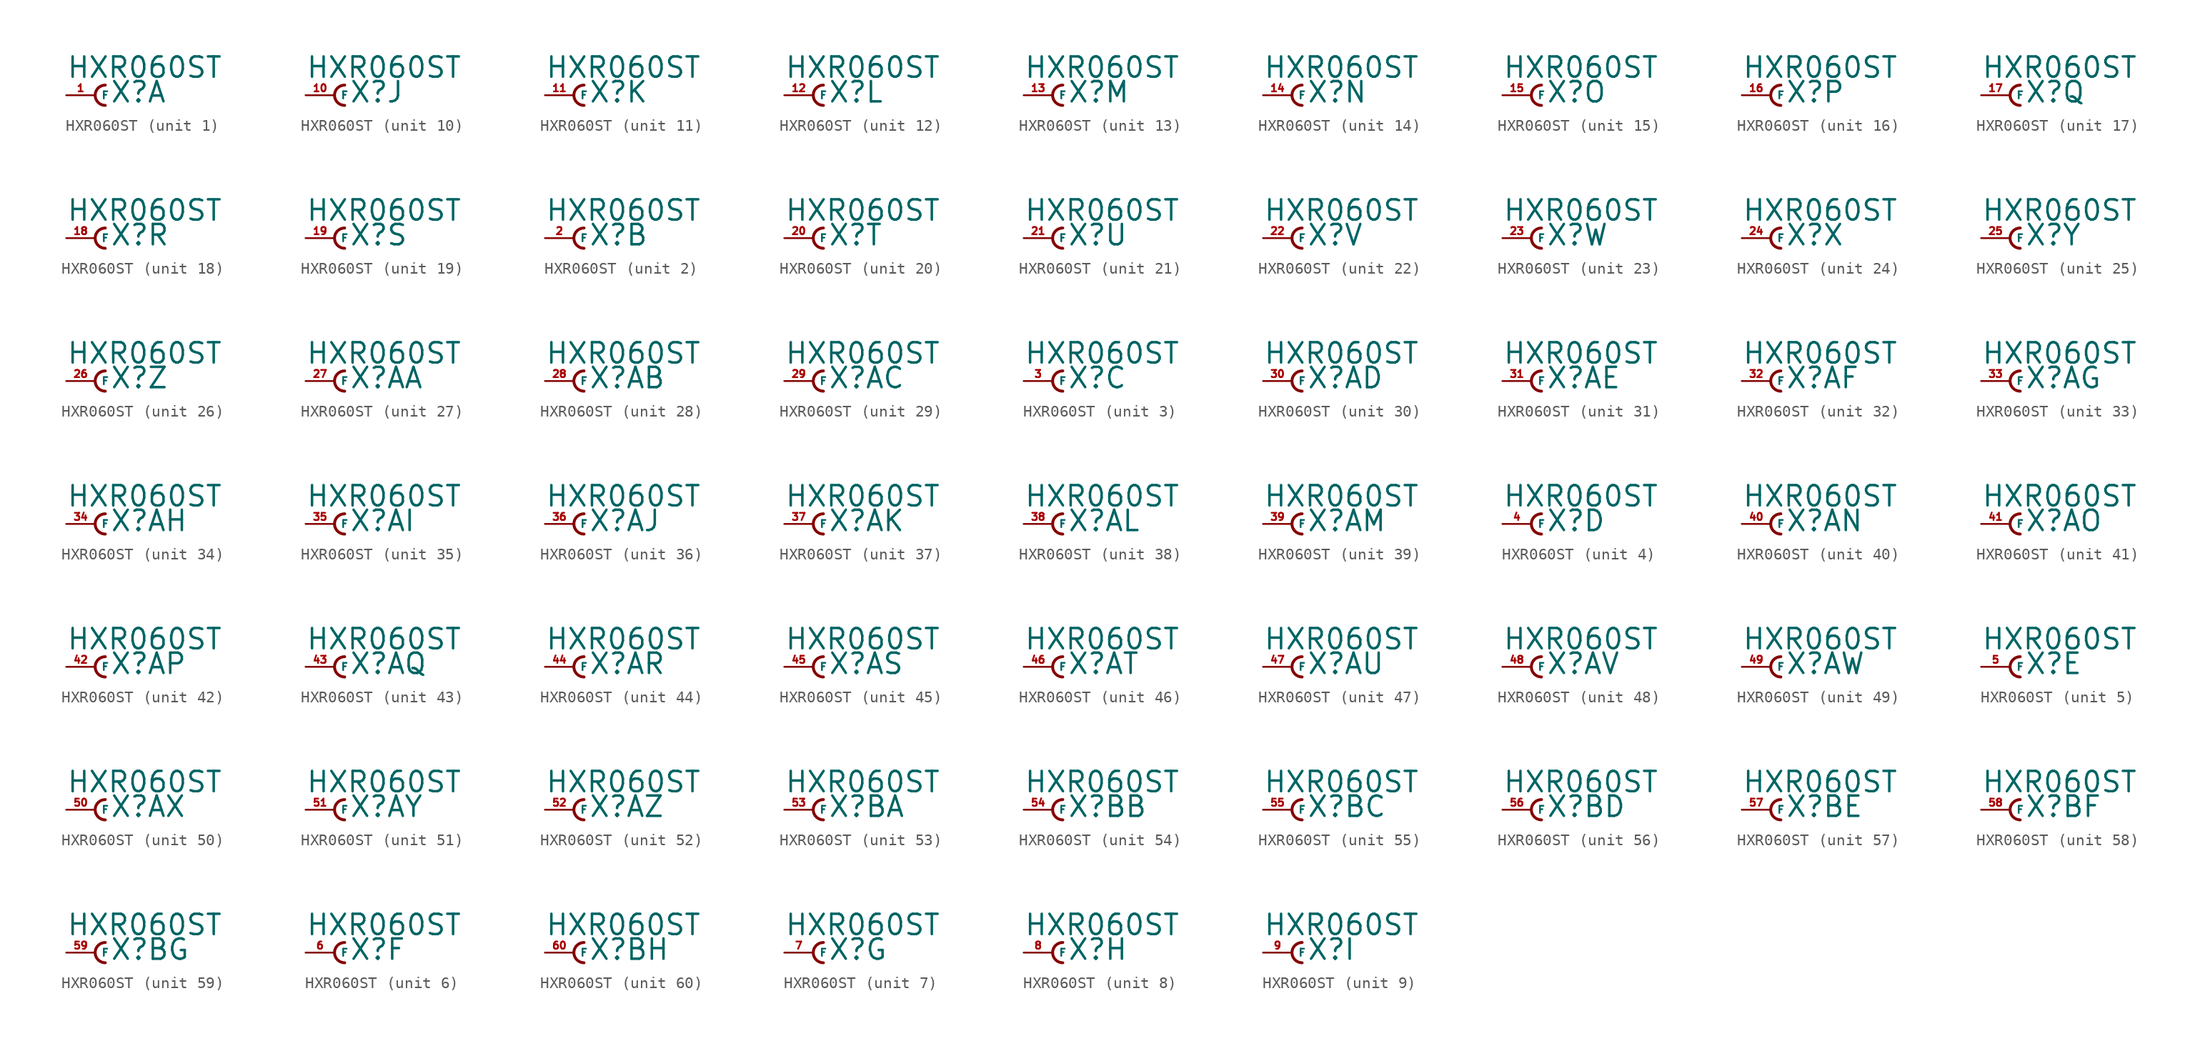
<source format=kicad_sym>
(kicad_symbol_lib
  (version 20220914)
  (generator Eagle2Kicad)
  (symbol "HXR060ST"
    (property "Reference" "X"
      (at 1.27 -0.762 0)
      (effects (font (size 1.778 1.778) (thickness 0.22)) (justify left bottom)))
    (property "Value" "HXR060ST"
      (at -2.54 1.397 0)
      (effects (font (size 1.778 1.778) (thickness 0.22)) (justify left bottom)))
    (symbol "HXR060ST_1_0"
      (arc (start 0.889 0.889) (mid 0.000 0.000) (end 0.889 -0.889) (stroke (width 0.254) (type default)) (fill (type none)))
      (pin passive line (at -2.54 0 0) (length 2.54) (name "F" (effects (font (size 0.635 0.635) (thickness 0.08)) (justify left bottom))) (number "1" (effects (font (size 0.635 0.635) (thickness 0.08)) (justify left bottom)))))
    (symbol "HXR060ST_2_0"
      (arc (start 0.889 0.889) (mid 0.000 0.000) (end 0.889 -0.889) (stroke (width 0.254) (type default)) (fill (type none)))
      (pin passive line (at -2.54 0 0) (length 2.54) (name "F" (effects (font (size 0.635 0.635) (thickness 0.08)) (justify left bottom))) (number "2" (effects (font (size 0.635 0.635) (thickness 0.08)) (justify left bottom)))))
    (symbol "HXR060ST_3_0"
      (arc (start 0.889 0.889) (mid 0.000 0.000) (end 0.889 -0.889) (stroke (width 0.254) (type default)) (fill (type none)))
      (pin passive line (at -2.54 0 0) (length 2.54) (name "F" (effects (font (size 0.635 0.635) (thickness 0.08)) (justify left bottom))) (number "3" (effects (font (size 0.635 0.635) (thickness 0.08)) (justify left bottom)))))
    (symbol "HXR060ST_4_0"
      (arc (start 0.889 0.889) (mid 0.000 0.000) (end 0.889 -0.889) (stroke (width 0.254) (type default)) (fill (type none)))
      (pin passive line (at -2.54 0 0) (length 2.54) (name "F" (effects (font (size 0.635 0.635) (thickness 0.08)) (justify left bottom))) (number "4" (effects (font (size 0.635 0.635) (thickness 0.08)) (justify left bottom)))))
    (symbol "HXR060ST_5_0"
      (arc (start 0.889 0.889) (mid 0.000 0.000) (end 0.889 -0.889) (stroke (width 0.254) (type default)) (fill (type none)))
      (pin passive line (at -2.54 0 0) (length 2.54) (name "F" (effects (font (size 0.635 0.635) (thickness 0.08)) (justify left bottom))) (number "5" (effects (font (size 0.635 0.635) (thickness 0.08)) (justify left bottom)))))
    (symbol "HXR060ST_6_0"
      (arc (start 0.889 0.889) (mid 0.000 0.000) (end 0.889 -0.889) (stroke (width 0.254) (type default)) (fill (type none)))
      (pin passive line (at -2.54 0 0) (length 2.54) (name "F" (effects (font (size 0.635 0.635) (thickness 0.08)) (justify left bottom))) (number "6" (effects (font (size 0.635 0.635) (thickness 0.08)) (justify left bottom)))))
    (symbol "HXR060ST_7_0"
      (arc (start 0.889 0.889) (mid 0.000 0.000) (end 0.889 -0.889) (stroke (width 0.254) (type default)) (fill (type none)))
      (pin passive line (at -2.54 0 0) (length 2.54) (name "F" (effects (font (size 0.635 0.635) (thickness 0.08)) (justify left bottom))) (number "7" (effects (font (size 0.635 0.635) (thickness 0.08)) (justify left bottom)))))
    (symbol "HXR060ST_8_0"
      (arc (start 0.889 0.889) (mid 0.000 0.000) (end 0.889 -0.889) (stroke (width 0.254) (type default)) (fill (type none)))
      (pin passive line (at -2.54 0 0) (length 2.54) (name "F" (effects (font (size 0.635 0.635) (thickness 0.08)) (justify left bottom))) (number "8" (effects (font (size 0.635 0.635) (thickness 0.08)) (justify left bottom)))))
    (symbol "HXR060ST_9_0"
      (arc (start 0.889 0.889) (mid 0.000 0.000) (end 0.889 -0.889) (stroke (width 0.254) (type default)) (fill (type none)))
      (pin passive line (at -2.54 0 0) (length 2.54) (name "F" (effects (font (size 0.635 0.635) (thickness 0.08)) (justify left bottom))) (number "9" (effects (font (size 0.635 0.635) (thickness 0.08)) (justify left bottom)))))
    (symbol "HXR060ST_10_0"
      (arc (start 0.889 0.889) (mid 0.000 0.000) (end 0.889 -0.889) (stroke (width 0.254) (type default)) (fill (type none)))
      (pin passive line (at -2.54 0 0) (length 2.54) (name "F" (effects (font (size 0.635 0.635) (thickness 0.08)) (justify left bottom))) (number "10" (effects (font (size 0.635 0.635) (thickness 0.08)) (justify left bottom)))))
    (symbol "HXR060ST_11_0"
      (arc (start 0.889 0.889) (mid 0.000 0.000) (end 0.889 -0.889) (stroke (width 0.254) (type default)) (fill (type none)))
      (pin passive line (at -2.54 0 0) (length 2.54) (name "F" (effects (font (size 0.635 0.635) (thickness 0.08)) (justify left bottom))) (number "11" (effects (font (size 0.635 0.635) (thickness 0.08)) (justify left bottom)))))
    (symbol "HXR060ST_12_0"
      (arc (start 0.889 0.889) (mid 0.000 0.000) (end 0.889 -0.889) (stroke (width 0.254) (type default)) (fill (type none)))
      (pin passive line (at -2.54 0 0) (length 2.54) (name "F" (effects (font (size 0.635 0.635) (thickness 0.08)) (justify left bottom))) (number "12" (effects (font (size 0.635 0.635) (thickness 0.08)) (justify left bottom)))))
    (symbol "HXR060ST_13_0"
      (arc (start 0.889 0.889) (mid 0.000 0.000) (end 0.889 -0.889) (stroke (width 0.254) (type default)) (fill (type none)))
      (pin passive line (at -2.54 0 0) (length 2.54) (name "F" (effects (font (size 0.635 0.635) (thickness 0.08)) (justify left bottom))) (number "13" (effects (font (size 0.635 0.635) (thickness 0.08)) (justify left bottom)))))
    (symbol "HXR060ST_14_0"
      (arc (start 0.889 0.889) (mid 0.000 0.000) (end 0.889 -0.889) (stroke (width 0.254) (type default)) (fill (type none)))
      (pin passive line (at -2.54 0 0) (length 2.54) (name "F" (effects (font (size 0.635 0.635) (thickness 0.08)) (justify left bottom))) (number "14" (effects (font (size 0.635 0.635) (thickness 0.08)) (justify left bottom)))))
    (symbol "HXR060ST_15_0"
      (arc (start 0.889 0.889) (mid 0.000 0.000) (end 0.889 -0.889) (stroke (width 0.254) (type default)) (fill (type none)))
      (pin passive line (at -2.54 0 0) (length 2.54) (name "F" (effects (font (size 0.635 0.635) (thickness 0.08)) (justify left bottom))) (number "15" (effects (font (size 0.635 0.635) (thickness 0.08)) (justify left bottom)))))
    (symbol "HXR060ST_16_0"
      (arc (start 0.889 0.889) (mid 0.000 0.000) (end 0.889 -0.889) (stroke (width 0.254) (type default)) (fill (type none)))
      (pin passive line (at -2.54 0 0) (length 2.54) (name "F" (effects (font (size 0.635 0.635) (thickness 0.08)) (justify left bottom))) (number "16" (effects (font (size 0.635 0.635) (thickness 0.08)) (justify left bottom)))))
    (symbol "HXR060ST_17_0"
      (arc (start 0.889 0.889) (mid 0.000 0.000) (end 0.889 -0.889) (stroke (width 0.254) (type default)) (fill (type none)))
      (pin passive line (at -2.54 0 0) (length 2.54) (name "F" (effects (font (size 0.635 0.635) (thickness 0.08)) (justify left bottom))) (number "17" (effects (font (size 0.635 0.635) (thickness 0.08)) (justify left bottom)))))
    (symbol "HXR060ST_18_0"
      (arc (start 0.889 0.889) (mid 0.000 0.000) (end 0.889 -0.889) (stroke (width 0.254) (type default)) (fill (type none)))
      (pin passive line (at -2.54 0 0) (length 2.54) (name "F" (effects (font (size 0.635 0.635) (thickness 0.08)) (justify left bottom))) (number "18" (effects (font (size 0.635 0.635) (thickness 0.08)) (justify left bottom)))))
    (symbol "HXR060ST_19_0"
      (arc (start 0.889 0.889) (mid 0.000 0.000) (end 0.889 -0.889) (stroke (width 0.254) (type default)) (fill (type none)))
      (pin passive line (at -2.54 0 0) (length 2.54) (name "F" (effects (font (size 0.635 0.635) (thickness 0.08)) (justify left bottom))) (number "19" (effects (font (size 0.635 0.635) (thickness 0.08)) (justify left bottom)))))
    (symbol "HXR060ST_20_0"
      (arc (start 0.889 0.889) (mid 0.000 0.000) (end 0.889 -0.889) (stroke (width 0.254) (type default)) (fill (type none)))
      (pin passive line (at -2.54 0 0) (length 2.54) (name "F" (effects (font (size 0.635 0.635) (thickness 0.08)) (justify left bottom))) (number "20" (effects (font (size 0.635 0.635) (thickness 0.08)) (justify left bottom)))))
    (symbol "HXR060ST_21_0"
      (arc (start 0.889 0.889) (mid 0.000 0.000) (end 0.889 -0.889) (stroke (width 0.254) (type default)) (fill (type none)))
      (pin passive line (at -2.54 0 0) (length 2.54) (name "F" (effects (font (size 0.635 0.635) (thickness 0.08)) (justify left bottom))) (number "21" (effects (font (size 0.635 0.635) (thickness 0.08)) (justify left bottom)))))
    (symbol "HXR060ST_22_0"
      (arc (start 0.889 0.889) (mid 0.000 0.000) (end 0.889 -0.889) (stroke (width 0.254) (type default)) (fill (type none)))
      (pin passive line (at -2.54 0 0) (length 2.54) (name "F" (effects (font (size 0.635 0.635) (thickness 0.08)) (justify left bottom))) (number "22" (effects (font (size 0.635 0.635) (thickness 0.08)) (justify left bottom)))))
    (symbol "HXR060ST_23_0"
      (arc (start 0.889 0.889) (mid 0.000 0.000) (end 0.889 -0.889) (stroke (width 0.254) (type default)) (fill (type none)))
      (pin passive line (at -2.54 0 0) (length 2.54) (name "F" (effects (font (size 0.635 0.635) (thickness 0.08)) (justify left bottom))) (number "23" (effects (font (size 0.635 0.635) (thickness 0.08)) (justify left bottom)))))
    (symbol "HXR060ST_24_0"
      (arc (start 0.889 0.889) (mid 0.000 0.000) (end 0.889 -0.889) (stroke (width 0.254) (type default)) (fill (type none)))
      (pin passive line (at -2.54 0 0) (length 2.54) (name "F" (effects (font (size 0.635 0.635) (thickness 0.08)) (justify left bottom))) (number "24" (effects (font (size 0.635 0.635) (thickness 0.08)) (justify left bottom)))))
    (symbol "HXR060ST_25_0"
      (arc (start 0.889 0.889) (mid 0.000 0.000) (end 0.889 -0.889) (stroke (width 0.254) (type default)) (fill (type none)))
      (pin passive line (at -2.54 0 0) (length 2.54) (name "F" (effects (font (size 0.635 0.635) (thickness 0.08)) (justify left bottom))) (number "25" (effects (font (size 0.635 0.635) (thickness 0.08)) (justify left bottom)))))
    (symbol "HXR060ST_26_0"
      (arc (start 0.889 0.889) (mid 0.000 0.000) (end 0.889 -0.889) (stroke (width 0.254) (type default)) (fill (type none)))
      (pin passive line (at -2.54 0 0) (length 2.54) (name "F" (effects (font (size 0.635 0.635) (thickness 0.08)) (justify left bottom))) (number "26" (effects (font (size 0.635 0.635) (thickness 0.08)) (justify left bottom)))))
    (symbol "HXR060ST_27_0"
      (arc (start 0.889 0.889) (mid 0.000 0.000) (end 0.889 -0.889) (stroke (width 0.254) (type default)) (fill (type none)))
      (pin passive line (at -2.54 0 0) (length 2.54) (name "F" (effects (font (size 0.635 0.635) (thickness 0.08)) (justify left bottom))) (number "27" (effects (font (size 0.635 0.635) (thickness 0.08)) (justify left bottom)))))
    (symbol "HXR060ST_28_0"
      (arc (start 0.889 0.889) (mid 0.000 0.000) (end 0.889 -0.889) (stroke (width 0.254) (type default)) (fill (type none)))
      (pin passive line (at -2.54 0 0) (length 2.54) (name "F" (effects (font (size 0.635 0.635) (thickness 0.08)) (justify left bottom))) (number "28" (effects (font (size 0.635 0.635) (thickness 0.08)) (justify left bottom)))))
    (symbol "HXR060ST_29_0"
      (arc (start 0.889 0.889) (mid 0.000 0.000) (end 0.889 -0.889) (stroke (width 0.254) (type default)) (fill (type none)))
      (pin passive line (at -2.54 0 0) (length 2.54) (name "F" (effects (font (size 0.635 0.635) (thickness 0.08)) (justify left bottom))) (number "29" (effects (font (size 0.635 0.635) (thickness 0.08)) (justify left bottom)))))
    (symbol "HXR060ST_30_0"
      (arc (start 0.889 0.889) (mid 0.000 0.000) (end 0.889 -0.889) (stroke (width 0.254) (type default)) (fill (type none)))
      (pin passive line (at -2.54 0 0) (length 2.54) (name "F" (effects (font (size 0.635 0.635) (thickness 0.08)) (justify left bottom))) (number "30" (effects (font (size 0.635 0.635) (thickness 0.08)) (justify left bottom)))))
    (symbol "HXR060ST_31_0"
      (arc (start 0.889 0.889) (mid 0.000 0.000) (end 0.889 -0.889) (stroke (width 0.254) (type default)) (fill (type none)))
      (pin passive line (at -2.54 0 0) (length 2.54) (name "F" (effects (font (size 0.635 0.635) (thickness 0.08)) (justify left bottom))) (number "31" (effects (font (size 0.635 0.635) (thickness 0.08)) (justify left bottom)))))
    (symbol "HXR060ST_32_0"
      (arc (start 0.889 0.889) (mid 0.000 0.000) (end 0.889 -0.889) (stroke (width 0.254) (type default)) (fill (type none)))
      (pin passive line (at -2.54 0 0) (length 2.54) (name "F" (effects (font (size 0.635 0.635) (thickness 0.08)) (justify left bottom))) (number "32" (effects (font (size 0.635 0.635) (thickness 0.08)) (justify left bottom)))))
    (symbol "HXR060ST_33_0"
      (arc (start 0.889 0.889) (mid 0.000 0.000) (end 0.889 -0.889) (stroke (width 0.254) (type default)) (fill (type none)))
      (pin passive line (at -2.54 0 0) (length 2.54) (name "F" (effects (font (size 0.635 0.635) (thickness 0.08)) (justify left bottom))) (number "33" (effects (font (size 0.635 0.635) (thickness 0.08)) (justify left bottom)))))
    (symbol "HXR060ST_34_0"
      (arc (start 0.889 0.889) (mid 0.000 0.000) (end 0.889 -0.889) (stroke (width 0.254) (type default)) (fill (type none)))
      (pin passive line (at -2.54 0 0) (length 2.54) (name "F" (effects (font (size 0.635 0.635) (thickness 0.08)) (justify left bottom))) (number "34" (effects (font (size 0.635 0.635) (thickness 0.08)) (justify left bottom)))))
    (symbol "HXR060ST_35_0"
      (arc (start 0.889 0.889) (mid 0.000 0.000) (end 0.889 -0.889) (stroke (width 0.254) (type default)) (fill (type none)))
      (pin passive line (at -2.54 0 0) (length 2.54) (name "F" (effects (font (size 0.635 0.635) (thickness 0.08)) (justify left bottom))) (number "35" (effects (font (size 0.635 0.635) (thickness 0.08)) (justify left bottom)))))
    (symbol "HXR060ST_36_0"
      (arc (start 0.889 0.889) (mid 0.000 0.000) (end 0.889 -0.889) (stroke (width 0.254) (type default)) (fill (type none)))
      (pin passive line (at -2.54 0 0) (length 2.54) (name "F" (effects (font (size 0.635 0.635) (thickness 0.08)) (justify left bottom))) (number "36" (effects (font (size 0.635 0.635) (thickness 0.08)) (justify left bottom)))))
    (symbol "HXR060ST_37_0"
      (arc (start 0.889 0.889) (mid 0.000 0.000) (end 0.889 -0.889) (stroke (width 0.254) (type default)) (fill (type none)))
      (pin passive line (at -2.54 0 0) (length 2.54) (name "F" (effects (font (size 0.635 0.635) (thickness 0.08)) (justify left bottom))) (number "37" (effects (font (size 0.635 0.635) (thickness 0.08)) (justify left bottom)))))
    (symbol "HXR060ST_38_0"
      (arc (start 0.889 0.889) (mid 0.000 0.000) (end 0.889 -0.889) (stroke (width 0.254) (type default)) (fill (type none)))
      (pin passive line (at -2.54 0 0) (length 2.54) (name "F" (effects (font (size 0.635 0.635) (thickness 0.08)) (justify left bottom))) (number "38" (effects (font (size 0.635 0.635) (thickness 0.08)) (justify left bottom)))))
    (symbol "HXR060ST_39_0"
      (arc (start 0.889 0.889) (mid 0.000 0.000) (end 0.889 -0.889) (stroke (width 0.254) (type default)) (fill (type none)))
      (pin passive line (at -2.54 0 0) (length 2.54) (name "F" (effects (font (size 0.635 0.635) (thickness 0.08)) (justify left bottom))) (number "39" (effects (font (size 0.635 0.635) (thickness 0.08)) (justify left bottom)))))
    (symbol "HXR060ST_40_0"
      (arc (start 0.889 0.889) (mid 0.000 0.000) (end 0.889 -0.889) (stroke (width 0.254) (type default)) (fill (type none)))
      (pin passive line (at -2.54 0 0) (length 2.54) (name "F" (effects (font (size 0.635 0.635) (thickness 0.08)) (justify left bottom))) (number "40" (effects (font (size 0.635 0.635) (thickness 0.08)) (justify left bottom)))))
    (symbol "HXR060ST_41_0"
      (arc (start 0.889 0.889) (mid 0.000 0.000) (end 0.889 -0.889) (stroke (width 0.254) (type default)) (fill (type none)))
      (pin passive line (at -2.54 0 0) (length 2.54) (name "F" (effects (font (size 0.635 0.635) (thickness 0.08)) (justify left bottom))) (number "41" (effects (font (size 0.635 0.635) (thickness 0.08)) (justify left bottom)))))
    (symbol "HXR060ST_42_0"
      (arc (start 0.889 0.889) (mid 0.000 0.000) (end 0.889 -0.889) (stroke (width 0.254) (type default)) (fill (type none)))
      (pin passive line (at -2.54 0 0) (length 2.54) (name "F" (effects (font (size 0.635 0.635) (thickness 0.08)) (justify left bottom))) (number "42" (effects (font (size 0.635 0.635) (thickness 0.08)) (justify left bottom)))))
    (symbol "HXR060ST_43_0"
      (arc (start 0.889 0.889) (mid 0.000 0.000) (end 0.889 -0.889) (stroke (width 0.254) (type default)) (fill (type none)))
      (pin passive line (at -2.54 0 0) (length 2.54) (name "F" (effects (font (size 0.635 0.635) (thickness 0.08)) (justify left bottom))) (number "43" (effects (font (size 0.635 0.635) (thickness 0.08)) (justify left bottom)))))
    (symbol "HXR060ST_44_0"
      (arc (start 0.889 0.889) (mid 0.000 0.000) (end 0.889 -0.889) (stroke (width 0.254) (type default)) (fill (type none)))
      (pin passive line (at -2.54 0 0) (length 2.54) (name "F" (effects (font (size 0.635 0.635) (thickness 0.08)) (justify left bottom))) (number "44" (effects (font (size 0.635 0.635) (thickness 0.08)) (justify left bottom)))))
    (symbol "HXR060ST_45_0"
      (arc (start 0.889 0.889) (mid 0.000 0.000) (end 0.889 -0.889) (stroke (width 0.254) (type default)) (fill (type none)))
      (pin passive line (at -2.54 0 0) (length 2.54) (name "F" (effects (font (size 0.635 0.635) (thickness 0.08)) (justify left bottom))) (number "45" (effects (font (size 0.635 0.635) (thickness 0.08)) (justify left bottom)))))
    (symbol "HXR060ST_46_0"
      (arc (start 0.889 0.889) (mid 0.000 0.000) (end 0.889 -0.889) (stroke (width 0.254) (type default)) (fill (type none)))
      (pin passive line (at -2.54 0 0) (length 2.54) (name "F" (effects (font (size 0.635 0.635) (thickness 0.08)) (justify left bottom))) (number "46" (effects (font (size 0.635 0.635) (thickness 0.08)) (justify left bottom)))))
    (symbol "HXR060ST_47_0"
      (arc (start 0.889 0.889) (mid 0.000 0.000) (end 0.889 -0.889) (stroke (width 0.254) (type default)) (fill (type none)))
      (pin passive line (at -2.54 0 0) (length 2.54) (name "F" (effects (font (size 0.635 0.635) (thickness 0.08)) (justify left bottom))) (number "47" (effects (font (size 0.635 0.635) (thickness 0.08)) (justify left bottom)))))
    (symbol "HXR060ST_48_0"
      (arc (start 0.889 0.889) (mid 0.000 0.000) (end 0.889 -0.889) (stroke (width 0.254) (type default)) (fill (type none)))
      (pin passive line (at -2.54 0 0) (length 2.54) (name "F" (effects (font (size 0.635 0.635) (thickness 0.08)) (justify left bottom))) (number "48" (effects (font (size 0.635 0.635) (thickness 0.08)) (justify left bottom)))))
    (symbol "HXR060ST_49_0"
      (arc (start 0.889 0.889) (mid 0.000 0.000) (end 0.889 -0.889) (stroke (width 0.254) (type default)) (fill (type none)))
      (pin passive line (at -2.54 0 0) (length 2.54) (name "F" (effects (font (size 0.635 0.635) (thickness 0.08)) (justify left bottom))) (number "49" (effects (font (size 0.635 0.635) (thickness 0.08)) (justify left bottom)))))
    (symbol "HXR060ST_50_0"
      (arc (start 0.889 0.889) (mid 0.000 0.000) (end 0.889 -0.889) (stroke (width 0.254) (type default)) (fill (type none)))
      (pin passive line (at -2.54 0 0) (length 2.54) (name "F" (effects (font (size 0.635 0.635) (thickness 0.08)) (justify left bottom))) (number "50" (effects (font (size 0.635 0.635) (thickness 0.08)) (justify left bottom)))))
    (symbol "HXR060ST_51_0"
      (arc (start 0.889 0.889) (mid 0.000 0.000) (end 0.889 -0.889) (stroke (width 0.254) (type default)) (fill (type none)))
      (pin passive line (at -2.54 0 0) (length 2.54) (name "F" (effects (font (size 0.635 0.635) (thickness 0.08)) (justify left bottom))) (number "51" (effects (font (size 0.635 0.635) (thickness 0.08)) (justify left bottom)))))
    (symbol "HXR060ST_52_0"
      (arc (start 0.889 0.889) (mid 0.000 0.000) (end 0.889 -0.889) (stroke (width 0.254) (type default)) (fill (type none)))
      (pin passive line (at -2.54 0 0) (length 2.54) (name "F" (effects (font (size 0.635 0.635) (thickness 0.08)) (justify left bottom))) (number "52" (effects (font (size 0.635 0.635) (thickness 0.08)) (justify left bottom)))))
    (symbol "HXR060ST_53_0"
      (arc (start 0.889 0.889) (mid 0.000 0.000) (end 0.889 -0.889) (stroke (width 0.254) (type default)) (fill (type none)))
      (pin passive line (at -2.54 0 0) (length 2.54) (name "F" (effects (font (size 0.635 0.635) (thickness 0.08)) (justify left bottom))) (number "53" (effects (font (size 0.635 0.635) (thickness 0.08)) (justify left bottom)))))
    (symbol "HXR060ST_54_0"
      (arc (start 0.889 0.889) (mid 0.000 0.000) (end 0.889 -0.889) (stroke (width 0.254) (type default)) (fill (type none)))
      (pin passive line (at -2.54 0 0) (length 2.54) (name "F" (effects (font (size 0.635 0.635) (thickness 0.08)) (justify left bottom))) (number "54" (effects (font (size 0.635 0.635) (thickness 0.08)) (justify left bottom)))))
    (symbol "HXR060ST_55_0"
      (arc (start 0.889 0.889) (mid 0.000 0.000) (end 0.889 -0.889) (stroke (width 0.254) (type default)) (fill (type none)))
      (pin passive line (at -2.54 0 0) (length 2.54) (name "F" (effects (font (size 0.635 0.635) (thickness 0.08)) (justify left bottom))) (number "55" (effects (font (size 0.635 0.635) (thickness 0.08)) (justify left bottom)))))
    (symbol "HXR060ST_56_0"
      (arc (start 0.889 0.889) (mid 0.000 0.000) (end 0.889 -0.889) (stroke (width 0.254) (type default)) (fill (type none)))
      (pin passive line (at -2.54 0 0) (length 2.54) (name "F" (effects (font (size 0.635 0.635) (thickness 0.08)) (justify left bottom))) (number "56" (effects (font (size 0.635 0.635) (thickness 0.08)) (justify left bottom)))))
    (symbol "HXR060ST_57_0"
      (arc (start 0.889 0.889) (mid 0.000 0.000) (end 0.889 -0.889) (stroke (width 0.254) (type default)) (fill (type none)))
      (pin passive line (at -2.54 0 0) (length 2.54) (name "F" (effects (font (size 0.635 0.635) (thickness 0.08)) (justify left bottom))) (number "57" (effects (font (size 0.635 0.635) (thickness 0.08)) (justify left bottom)))))
    (symbol "HXR060ST_58_0"
      (arc (start 0.889 0.889) (mid 0.000 0.000) (end 0.889 -0.889) (stroke (width 0.254) (type default)) (fill (type none)))
      (pin passive line (at -2.54 0 0) (length 2.54) (name "F" (effects (font (size 0.635 0.635) (thickness 0.08)) (justify left bottom))) (number "58" (effects (font (size 0.635 0.635) (thickness 0.08)) (justify left bottom)))))
    (symbol "HXR060ST_59_0"
      (arc (start 0.889 0.889) (mid 0.000 0.000) (end 0.889 -0.889) (stroke (width 0.254) (type default)) (fill (type none)))
      (pin passive line (at -2.54 0 0) (length 2.54) (name "F" (effects (font (size 0.635 0.635) (thickness 0.08)) (justify left bottom))) (number "59" (effects (font (size 0.635 0.635) (thickness 0.08)) (justify left bottom)))))
    (symbol "HXR060ST_60_0"
      (arc (start 0.889 0.889) (mid 0.000 0.000) (end 0.889 -0.889) (stroke (width 0.254) (type default)) (fill (type none)))
      (pin passive line (at -2.54 0 0) (length 2.54) (name "F" (effects (font (size 0.635 0.635) (thickness 0.08)) (justify left bottom))) (number "60" (effects (font (size 0.635 0.635) (thickness 0.08)) (justify left bottom)))))))
</source>
